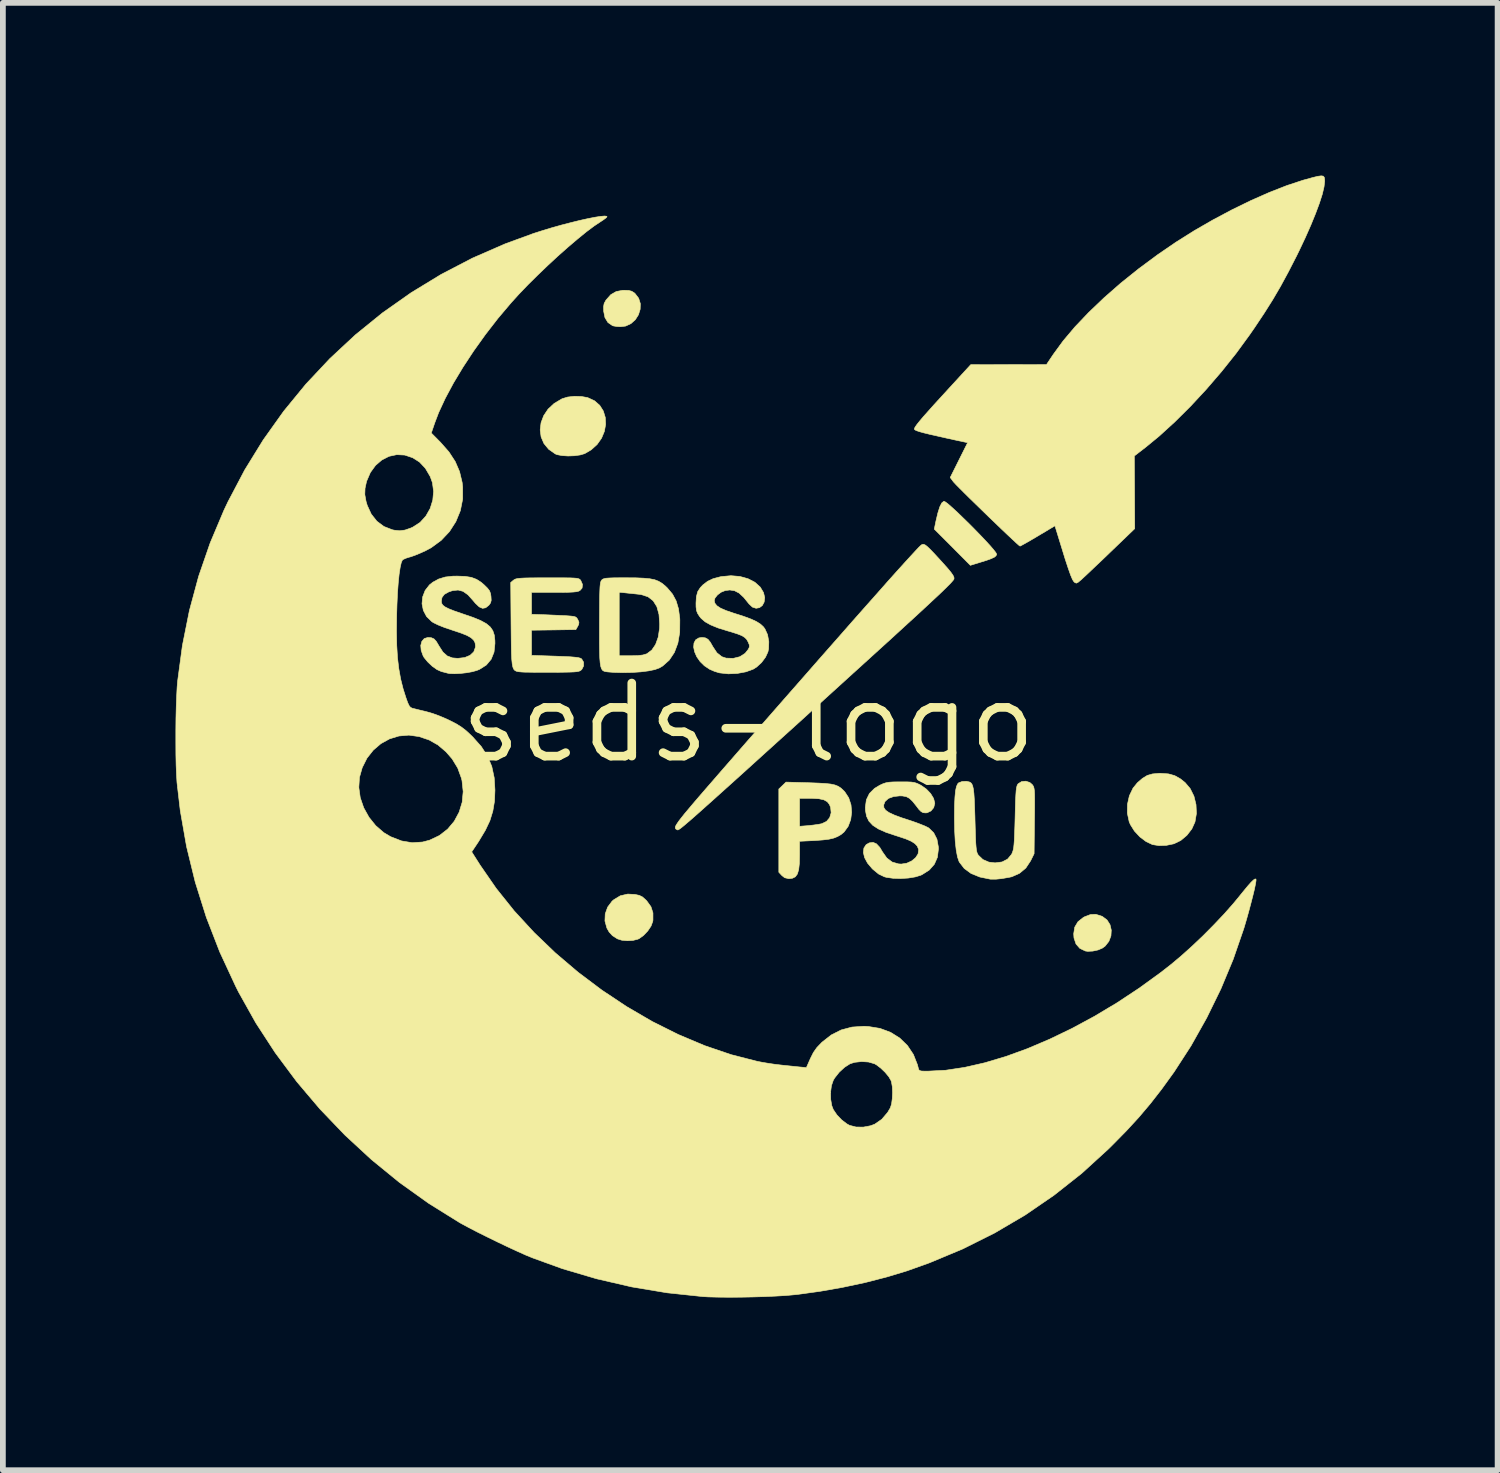
<source format=kicad_pcb>
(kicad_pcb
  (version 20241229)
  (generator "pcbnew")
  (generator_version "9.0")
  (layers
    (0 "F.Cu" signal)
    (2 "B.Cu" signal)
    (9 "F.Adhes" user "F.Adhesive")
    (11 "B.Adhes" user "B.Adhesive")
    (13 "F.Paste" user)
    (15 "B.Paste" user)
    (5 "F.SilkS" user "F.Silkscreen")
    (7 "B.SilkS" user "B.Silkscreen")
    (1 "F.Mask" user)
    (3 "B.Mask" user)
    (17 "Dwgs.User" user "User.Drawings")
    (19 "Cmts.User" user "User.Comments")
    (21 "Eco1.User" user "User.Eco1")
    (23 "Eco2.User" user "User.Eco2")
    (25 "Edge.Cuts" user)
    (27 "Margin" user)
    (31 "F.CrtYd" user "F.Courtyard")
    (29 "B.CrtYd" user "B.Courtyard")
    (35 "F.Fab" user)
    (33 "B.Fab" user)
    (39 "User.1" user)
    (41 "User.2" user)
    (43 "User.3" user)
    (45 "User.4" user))
  (footprint "seds-logo"
    (layer "F.Cu")
    (at 9.952 9.507)
    (property "Reference" "seds-logo" (at 0 0 0) (layer "F.SilkS") (effects (font (size 1.27 1.27) (thickness 0.15))))
    (attr through_hole)
    (fp_poly (pts (xy 6.135 3.359) (xy 6.151 3.366) (xy 6.231 3.426) (xy 6.283 3.508) (xy 6.305 3.603) (xy 6.299 3.703) (xy 6.263 3.798) (xy 6.199 3.879) (xy 6.152 3.914) (xy 6.076 3.947) (xy 5.983 3.967) (xy 5.895 3.971) (xy 5.853 3.965) (xy 5.758 3.919) (xy 5.692 3.843) (xy 5.657 3.739) (xy 5.652 3.666) (xy 5.67 3.551) (xy 5.726 3.457) (xy 5.819 3.383) (xy 5.841 3.371) (xy 5.943 3.332) (xy 6.036 3.328) (xy 6.135 3.359)) (stroke (width 0.01) (type solid)) (fill yes) (layer "F.SilkS"))
    (fp_poly (pts (xy -2.079 -7.511) (xy -2.027 -7.497) (xy -1.982 -7.469) (xy -1.968 -7.456) (xy -1.906 -7.375) (xy -1.877 -7.282) (xy -1.88 -7.184) (xy -1.91 -7.088) (xy -1.964 -7.003) (xy -2.04 -6.935) (xy -2.132 -6.892) (xy -2.22 -6.881) (xy -2.289 -6.885) (xy -2.347 -6.895) (xy -2.36 -6.899) (xy -2.44 -6.954) (xy -2.492 -7.04) (xy -2.514 -7.149) (xy -2.516 -7.228) (xy -2.506 -7.284) (xy -2.479 -7.335) (xy -2.473 -7.344) (xy -2.391 -7.437) (xy -2.296 -7.492) (xy -2.181 -7.514) (xy -2.156 -7.514) (xy -2.079 -7.511)) (stroke (width 0.01) (type solid)) (fill yes) (layer "F.SilkS"))
    (fp_poly (pts (xy 3.425 -3.835) (xy 3.476 -3.796) (xy 3.546 -3.734) (xy 3.631 -3.656) (xy 3.726 -3.564) (xy 3.828 -3.465) (xy 3.93 -3.362) (xy 4.029 -3.26) (xy 4.12 -3.164) (xy 4.199 -3.078) (xy 4.26 -3.007) (xy 4.3 -2.955) (xy 4.314 -2.927) (xy 4.314 -2.926) (xy 4.302 -2.901) (xy 4.274 -2.877) (xy 4.222 -2.853) (xy 4.142 -2.823) (xy 4.029 -2.788) (xy 3.857 -2.735) (xy 3.544 -3.05) (xy 3.23 -3.364) (xy 3.257 -3.497) (xy 3.292 -3.645) (xy 3.326 -3.752) (xy 3.36 -3.819) (xy 3.395 -3.847) (xy 3.398 -3.848) (xy 3.425 -3.835)) (stroke (width 0.01) (type solid)) (fill yes) (layer "F.SilkS"))
    (fp_poly (pts (xy -1.968 2.983) (xy -1.895 2.999) (xy -1.84 3.026) (xy -1.784 3.076) (xy -1.766 3.094) (xy -1.693 3.195) (xy -1.658 3.303) (xy -1.658 3.429) (xy -1.662 3.453) (xy -1.691 3.532) (xy -1.748 3.617) (xy -1.821 3.694) (xy -1.898 3.75) (xy -1.92 3.76) (xy -2.003 3.781) (xy -2.102 3.787) (xy -2.199 3.778) (xy -2.275 3.754) (xy -2.275 3.754) (xy -2.361 3.699) (xy -2.419 3.636) (xy -2.458 3.567) (xy -2.492 3.444) (xy -2.487 3.32) (xy -2.445 3.203) (xy -2.368 3.1) (xy -2.339 3.075) (xy -2.225 3.006) (xy -2.096 2.976) (xy -1.968 2.983)) (stroke (width 0.01) (type solid)) (fill yes) (layer "F.SilkS"))
    (fp_poly (pts (xy -2.899 -5.668) (xy -2.792 -5.649) (xy -2.673 -5.594) (xy -2.582 -5.514) (xy -2.52 -5.416) (xy -2.486 -5.304) (xy -2.48 -5.184) (xy -2.502 -5.062) (xy -2.551 -4.944) (xy -2.628 -4.835) (xy -2.731 -4.742) (xy -2.844 -4.676) (xy -2.922 -4.653) (xy -3.023 -4.639) (xy -3.133 -4.635) (xy -3.238 -4.642) (xy -3.323 -4.658) (xy -3.355 -4.671) (xy -3.47 -4.752) (xy -3.552 -4.852) (xy -3.601 -4.966) (xy -3.617 -5.088) (xy -3.602 -5.213) (xy -3.556 -5.335) (xy -3.48 -5.449) (xy -3.374 -5.548) (xy -3.239 -5.628) (xy -3.235 -5.63) (xy -3.139 -5.659) (xy -3.021 -5.672) (xy -2.899 -5.668)) (stroke (width 0.01) (type solid)) (fill yes) (layer "F.SilkS"))
    (fp_poly (pts (xy 7.297 0.888) (xy 7.406 0.918) (xy 7.507 0.975) (xy 7.587 1.039) (xy 7.676 1.144) (xy 7.741 1.275) (xy 7.777 1.422) (xy 7.784 1.576) (xy 7.759 1.724) (xy 7.704 1.845) (xy 7.618 1.956) (xy 7.512 2.045) (xy 7.394 2.102) (xy 7.386 2.104) (xy 7.26 2.13) (xy 7.133 2.134) (xy 7.024 2.117) (xy 7.022 2.117) (xy 6.911 2.065) (xy 6.802 1.983) (xy 6.707 1.881) (xy 6.637 1.769) (xy 6.616 1.72) (xy 6.584 1.57) (xy 6.586 1.417) (xy 6.619 1.269) (xy 6.682 1.137) (xy 6.757 1.044) (xy 6.848 0.965) (xy 6.93 0.915) (xy 7.02 0.889) (xy 7.131 0.879) (xy 7.165 0.879) (xy 7.297 0.888)) (stroke (width 0.01) (type solid)) (fill yes) (layer "F.SilkS"))
    (fp_poly (pts (xy 1.052 1.042) (xy 1.212 1.048) (xy 1.337 1.055) (xy 1.432 1.065) (xy 1.504 1.081) (xy 1.561 1.104) (xy 1.608 1.135) (xy 1.652 1.176) (xy 1.675 1.2) (xy 1.743 1.304) (xy 1.783 1.426) (xy 1.794 1.555) (xy 1.778 1.682) (xy 1.734 1.799) (xy 1.664 1.896) (xy 1.611 1.941) (xy 1.549 1.977) (xy 1.481 2.004) (xy 1.399 2.023) (xy 1.293 2.036) (xy 1.155 2.046) (xy 1.138 2.047) (xy 0.889 2.059) (xy 0.889 2.298) (xy 0.886 2.444) (xy 0.874 2.552) (xy 0.851 2.628) (xy 0.816 2.676) (xy 0.766 2.701) (xy 0.703 2.709) (xy 0.63 2.692) (xy 0.581 2.653) (xy 0.529 2.597) (xy 0.529 1.312) (xy 0.889 1.312) (xy 0.889 1.799) (xy 1.042 1.787) (xy 1.132 1.777) (xy 1.216 1.765) (xy 1.274 1.754) (xy 1.358 1.714) (xy 1.413 1.648) (xy 1.438 1.564) (xy 1.429 1.471) (xy 1.408 1.419) (xy 1.371 1.372) (xy 1.312 1.339) (xy 1.226 1.32) (xy 1.107 1.313) (xy 1.066 1.312) (xy 0.889 1.312) (xy 0.529 1.312) (xy 0.529 1.151) (xy 0.592 1.091) (xy 0.654 1.031) (xy 1.052 1.042)) (stroke (width 0.01) (type solid)) (fill yes) (layer "F.SilkS"))
    (fp_poly (pts (xy -1.956 -2.518) (xy -1.82 -2.512) (xy -1.713 -2.502) (xy -1.628 -2.485) (xy -1.559 -2.458) (xy -1.499 -2.422) (xy -1.441 -2.374) (xy -1.408 -2.342) (xy -1.318 -2.235) (xy -1.255 -2.117) (xy -1.214 -1.979) (xy -1.192 -1.812) (xy -1.191 -1.784) (xy -1.193 -1.571) (xy -1.225 -1.383) (xy -1.286 -1.221) (xy -1.375 -1.088) (xy -1.49 -0.986) (xy -1.548 -0.952) (xy -1.625 -0.924) (xy -1.737 -0.901) (xy -1.872 -0.884) (xy -2.023 -0.874) (xy -2.181 -0.871) (xy -2.336 -0.875) (xy -2.44 -0.883) (xy -2.478 -0.888) (xy -2.508 -0.896) (xy -2.533 -0.911) (xy -2.551 -0.938) (xy -2.565 -0.98) (xy -2.575 -1.041) (xy -2.582 -1.126) (xy -2.583 -1.164) (xy -2.244 -1.164) (xy -2.04 -1.164) (xy -1.919 -1.167) (xy -1.831 -1.178) (xy -1.768 -1.197) (xy -1.763 -1.199) (xy -1.678 -1.263) (xy -1.612 -1.36) (xy -1.566 -1.488) (xy -1.543 -1.642) (xy -1.541 -1.714) (xy -1.553 -1.882) (xy -1.59 -2.017) (xy -1.654 -2.119) (xy -1.744 -2.189) (xy -1.862 -2.227) (xy -1.899 -2.232) (xy -1.991 -2.242) (xy -2.091 -2.252) (xy -2.127 -2.256) (xy -2.244 -2.268) (xy -2.244 -1.164) (xy -2.583 -1.164) (xy -2.585 -1.238) (xy -2.587 -1.381) (xy -2.587 -1.56) (xy -2.587 -1.717) (xy -2.586 -1.913) (xy -2.585 -2.07) (xy -2.584 -2.194) (xy -2.581 -2.289) (xy -2.578 -2.359) (xy -2.573 -2.408) (xy -2.567 -2.442) (xy -2.559 -2.463) (xy -2.549 -2.478) (xy -2.549 -2.479) (xy -2.533 -2.493) (xy -2.51 -2.503) (xy -2.474 -2.511) (xy -2.419 -2.515) (xy -2.338 -2.518) (xy -2.226 -2.519) (xy -2.128 -2.519) (xy -1.956 -2.518)) (stroke (width 0.01) (type solid)) (fill yes) (layer "F.SilkS"))
    (fp_poly (pts (xy 4.89 1.038) (xy 4.932 1.074) (xy 4.945 1.092) (xy 4.956 1.113) (xy 4.963 1.14) (xy 4.969 1.181) (xy 4.972 1.238) (xy 4.973 1.319) (xy 4.973 1.427) (xy 4.972 1.569) (xy 4.97 1.703) (xy 4.964 2.275) (xy 4.903 2.399) (xy 4.82 2.524) (xy 4.71 2.616) (xy 4.577 2.675) (xy 4.531 2.685) (xy 4.399 2.708) (xy 4.299 2.718) (xy 4.221 2.718) (xy 4.202 2.717) (xy 4.021 2.68) (xy 3.87 2.619) (xy 3.752 2.533) (xy 3.667 2.423) (xy 3.66 2.41) (xy 3.633 2.331) (xy 3.611 2.214) (xy 3.594 2.062) (xy 3.584 1.879) (xy 3.58 1.669) (xy 3.58 1.609) (xy 3.582 1.429) (xy 3.589 1.289) (xy 3.599 1.183) (xy 3.615 1.108) (xy 3.636 1.062) (xy 3.651 1.045) (xy 3.712 1.021) (xy 3.788 1.017) (xy 3.841 1.029) (xy 3.864 1.042) (xy 3.882 1.063) (xy 3.897 1.098) (xy 3.909 1.151) (xy 3.918 1.226) (xy 3.925 1.328) (xy 3.93 1.463) (xy 3.936 1.633) (xy 3.937 1.685) (xy 3.942 1.853) (xy 3.946 1.985) (xy 3.95 2.085) (xy 3.956 2.158) (xy 3.962 2.211) (xy 3.97 2.248) (xy 3.98 2.275) (xy 3.993 2.297) (xy 3.997 2.302) (xy 4.074 2.376) (xy 4.178 2.421) (xy 4.286 2.434) (xy 4.408 2.418) (xy 4.503 2.369) (xy 4.571 2.288) (xy 4.576 2.279) (xy 4.589 2.249) (xy 4.6 2.215) (xy 4.609 2.172) (xy 4.615 2.114) (xy 4.621 2.035) (xy 4.625 1.93) (xy 4.63 1.793) (xy 4.634 1.648) (xy 4.638 1.48) (xy 4.642 1.35) (xy 4.647 1.251) (xy 4.652 1.18) (xy 4.659 1.129) (xy 4.667 1.096) (xy 4.677 1.074) (xy 4.687 1.06) (xy 4.747 1.022) (xy 4.82 1.015) (xy 4.89 1.038)) (stroke (width 0.01) (type solid)) (fill yes) (layer "F.SilkS"))
    (fp_poly (pts (xy 3.05 -3.099) (xy 3.077 -3.086) (xy 3.113 -3.057) (xy 3.163 -3.009) (xy 3.231 -2.938) (xy 3.32 -2.841) (xy 3.38 -2.775) (xy 3.463 -2.682) (xy 3.519 -2.614) (xy 3.554 -2.564) (xy 3.571 -2.528) (xy 3.573 -2.5) (xy 3.565 -2.485) (xy 3.544 -2.459) (xy 3.508 -2.419) (xy 3.455 -2.366) (xy 3.384 -2.296) (xy 3.294 -2.21) (xy 3.182 -2.106) (xy 3.049 -1.982) (xy 2.892 -1.837) (xy 2.71 -1.671) (xy 2.502 -1.48) (xy 2.265 -1.265) (xy 2 -1.024) (xy 1.82 -0.861) (xy 1.458 -0.532) (xy 1.125 -0.23) (xy 0.821 0.046) (xy 0.544 0.296) (xy 0.293 0.523) (xy 0.068 0.727) (xy -0.134 0.91) (xy -0.314 1.072) (xy -0.473 1.215) (xy -0.613 1.341) (xy -0.734 1.449) (xy -0.838 1.542) (xy -0.926 1.62) (xy -1 1.685) (xy -1.061 1.737) (xy -1.11 1.779) (xy -1.149 1.811) (xy -1.178 1.834) (xy -1.2 1.849) (xy -1.215 1.858) (xy -1.224 1.862) (xy -1.227 1.863) (xy -1.254 1.85) (xy -1.256 1.849) (xy -1.264 1.84) (xy -1.269 1.83) (xy -1.27 1.817) (xy -1.266 1.8) (xy -1.254 1.776) (xy -1.234 1.745) (xy -1.205 1.703) (xy -1.163 1.649) (xy -1.109 1.581) (xy -1.04 1.499) (xy -0.956 1.399) (xy -0.854 1.28) (xy -0.733 1.14) (xy -0.592 0.978) (xy -0.43 0.791) (xy -0.244 0.578) (xy -0.034 0.337) (xy 0.203 0.067) (xy 0.252 0.011) (xy 0.617 -0.406) (xy 0.955 -0.791) (xy 1.265 -1.145) (xy 1.549 -1.467) (xy 1.806 -1.76) (xy 2.038 -2.022) (xy 2.244 -2.254) (xy 2.424 -2.458) (xy 2.58 -2.632) (xy 2.712 -2.778) (xy 2.819 -2.895) (xy 2.902 -2.985) (xy 2.961 -3.048) (xy 2.998 -3.083) (xy 3.009 -3.092) (xy 3.029 -3.1) (xy 3.05 -3.099)) (stroke (width 0.01) (type solid)) (fill yes) (layer "F.SilkS"))
    (fp_poly (pts (xy -3.194 -2.518) (xy -3.098 -2.517) (xy -3.029 -2.514) (xy -2.981 -2.51) (xy -2.951 -2.503) (xy -2.932 -2.494) (xy -2.919 -2.482) (xy -2.912 -2.472) (xy -2.882 -2.403) (xy -2.889 -2.34) (xy -2.926 -2.298) (xy -2.95 -2.286) (xy -2.987 -2.277) (xy -3.044 -2.271) (xy -3.126 -2.267) (xy -3.238 -2.265) (xy -3.37 -2.265) (xy -3.768 -2.265) (xy -3.768 -1.884) (xy -3.667 -1.881) (xy -3.607 -1.879) (xy -3.517 -1.876) (xy -3.408 -1.871) (xy -3.293 -1.866) (xy -3.282 -1.865) (xy -3.167 -1.86) (xy -3.087 -1.854) (xy -3.035 -1.848) (xy -3.003 -1.838) (xy -2.983 -1.823) (xy -2.969 -1.802) (xy -2.964 -1.794) (xy -2.944 -1.748) (xy -2.948 -1.71) (xy -2.964 -1.677) (xy -2.997 -1.619) (xy -3.382 -1.613) (xy -3.768 -1.608) (xy -3.768 -1.171) (xy -3.351 -1.157) (xy -3.203 -1.151) (xy -3.092 -1.146) (xy -3.011 -1.139) (xy -2.956 -1.132) (xy -2.92 -1.122) (xy -2.898 -1.11) (xy -2.896 -1.108) (xy -2.863 -1.053) (xy -2.863 -0.987) (xy -2.893 -0.928) (xy -2.902 -0.919) (xy -2.92 -0.905) (xy -2.944 -0.895) (xy -2.979 -0.888) (xy -3.032 -0.883) (xy -3.109 -0.88) (xy -3.214 -0.878) (xy -3.355 -0.876) (xy -3.405 -0.876) (xy -3.546 -0.876) (xy -3.678 -0.876) (xy -3.792 -0.878) (xy -3.883 -0.879) (xy -3.941 -0.882) (xy -3.951 -0.883) (xy -3.993 -0.887) (xy -4.027 -0.894) (xy -4.055 -0.907) (xy -4.076 -0.93) (xy -4.092 -0.968) (xy -4.103 -1.024) (xy -4.111 -1.102) (xy -4.116 -1.207) (xy -4.119 -1.342) (xy -4.121 -1.512) (xy -4.123 -1.707) (xy -4.129 -2.437) (xy -4.081 -2.477) (xy -4.063 -2.489) (xy -4.04 -2.499) (xy -4.007 -2.506) (xy -3.959 -2.511) (xy -3.889 -2.515) (xy -3.793 -2.517) (xy -3.665 -2.518) (xy -3.501 -2.518) (xy -3.488 -2.518) (xy -3.323 -2.518) (xy -3.194 -2.518)) (stroke (width 0.01) (type solid)) (fill yes) (layer "F.SilkS"))
    (fp_poly (pts (xy -0.148 -2.542) (xy -0.007 -2.503) (xy 0.113 -2.441) (xy 0.206 -2.357) (xy 0.263 -2.262) (xy 0.284 -2.174) (xy 0.274 -2.097) (xy 0.242 -2.037) (xy 0.193 -2) (xy 0.134 -1.989) (xy 0.071 -2.009) (xy 0.01 -2.066) (xy 0.008 -2.069) (xy -0.081 -2.179) (xy -0.161 -2.253) (xy -0.24 -2.294) (xy -0.323 -2.307) (xy -0.402 -2.297) (xy -0.474 -2.268) (xy -0.537 -2.221) (xy -0.58 -2.167) (xy -0.593 -2.124) (xy -0.582 -2.077) (xy -0.548 -2.034) (xy -0.485 -1.992) (xy -0.39 -1.95) (xy -0.258 -1.905) (xy -0.229 -1.896) (xy -0.071 -1.845) (xy 0.05 -1.8) (xy 0.142 -1.757) (xy 0.211 -1.713) (xy 0.261 -1.667) (xy 0.287 -1.632) (xy 0.333 -1.531) (xy 0.355 -1.409) (xy 0.351 -1.285) (xy 0.34 -1.232) (xy 0.298 -1.14) (xy 0.229 -1.047) (xy 0.144 -0.969) (xy 0.086 -0.932) (xy -0.042 -0.885) (xy -0.193 -0.857) (xy -0.349 -0.85) (xy -0.496 -0.866) (xy -0.514 -0.87) (xy -0.588 -0.893) (xy -0.664 -0.925) (xy -0.672 -0.929) (xy -0.764 -0.99) (xy -0.839 -1.064) (xy -0.897 -1.147) (xy -0.934 -1.232) (xy -0.951 -1.313) (xy -0.945 -1.385) (xy -0.916 -1.44) (xy -0.861 -1.474) (xy -0.806 -1.482) (xy -0.748 -1.475) (xy -0.702 -1.45) (xy -0.661 -1.399) (xy -0.618 -1.323) (xy -0.547 -1.216) (xy -0.462 -1.148) (xy -0.387 -1.123) (xy -0.262 -1.119) (xy -0.15 -1.147) (xy -0.057 -1.206) (xy -0.001 -1.276) (xy 0.018 -1.317) (xy 0.016 -1.355) (xy -0.005 -1.405) (xy -0.03 -1.449) (xy -0.064 -1.483) (xy -0.114 -1.514) (xy -0.188 -1.543) (xy -0.291 -1.576) (xy -0.36 -1.596) (xy -0.525 -1.647) (xy -0.653 -1.699) (xy -0.75 -1.753) (xy -0.821 -1.814) (xy -0.848 -1.847) (xy -0.882 -1.9) (xy -0.901 -1.949) (xy -0.909 -2.012) (xy -0.91 -2.079) (xy -0.903 -2.192) (xy -0.88 -2.278) (xy -0.834 -2.349) (xy -0.79 -2.395) (xy -0.708 -2.458) (xy -0.613 -2.503) (xy -0.492 -2.535) (xy -0.466 -2.54) (xy -0.303 -2.555) (xy -0.148 -2.542)) (stroke (width 0.01) (type solid)) (fill yes) (layer "F.SilkS"))
    (fp_poly (pts (xy -4.921 -2.543) (xy -4.813 -2.526) (xy -4.723 -2.492) (xy -4.642 -2.44) (xy -4.592 -2.397) (xy -4.532 -2.338) (xy -4.497 -2.292) (xy -4.479 -2.243) (xy -4.472 -2.195) (xy -4.468 -2.127) (xy -4.479 -2.083) (xy -4.508 -2.043) (xy -4.509 -2.042) (xy -4.564 -1.998) (xy -4.618 -1.988) (xy -4.676 -2.013) (xy -4.742 -2.075) (xy -4.784 -2.125) (xy -4.872 -2.223) (xy -4.956 -2.283) (xy -5.043 -2.306) (xy -5.139 -2.296) (xy -5.207 -2.273) (xy -5.284 -2.23) (xy -5.324 -2.175) (xy -5.334 -2.111) (xy -5.329 -2.075) (xy -5.309 -2.043) (xy -5.27 -2.013) (xy -5.207 -1.981) (xy -5.114 -1.944) (xy -4.987 -1.9) (xy -4.946 -1.886) (xy -4.78 -1.829) (xy -4.65 -1.775) (xy -4.553 -1.722) (xy -4.485 -1.665) (xy -4.44 -1.6) (xy -4.414 -1.522) (xy -4.404 -1.428) (xy -4.403 -1.377) (xy -4.419 -1.227) (xy -4.469 -1.103) (xy -4.553 -1.003) (xy -4.671 -0.928) (xy -4.718 -0.909) (xy -4.796 -0.887) (xy -4.896 -0.869) (xy -5.003 -0.857) (xy -5.105 -0.852) (xy -5.187 -0.855) (xy -5.218 -0.86) (xy -5.267 -0.873) (xy -5.33 -0.889) (xy -5.336 -0.891) (xy -5.41 -0.924) (xy -5.493 -0.983) (xy -5.571 -1.057) (xy -5.634 -1.134) (xy -5.652 -1.166) (xy -5.685 -1.258) (xy -5.692 -1.343) (xy -5.673 -1.414) (xy -5.631 -1.463) (xy -5.569 -1.482) (xy -5.567 -1.482) (xy -5.507 -1.477) (xy -5.462 -1.457) (xy -5.423 -1.415) (xy -5.38 -1.343) (xy -5.373 -1.331) (xy -5.306 -1.227) (xy -5.232 -1.161) (xy -5.143 -1.127) (xy -5.048 -1.119) (xy -4.928 -1.133) (xy -4.835 -1.172) (xy -4.771 -1.232) (xy -4.743 -1.31) (xy -4.741 -1.333) (xy -4.748 -1.389) (xy -4.773 -1.436) (xy -4.819 -1.478) (xy -4.892 -1.519) (xy -4.997 -1.56) (xy -5.134 -1.606) (xy -5.274 -1.653) (xy -5.39 -1.699) (xy -5.475 -1.741) (xy -5.501 -1.758) (xy -5.591 -1.846) (xy -5.647 -1.952) (xy -5.67 -2.068) (xy -5.659 -2.186) (xy -5.616 -2.298) (xy -5.541 -2.395) (xy -5.482 -2.442) (xy -5.379 -2.498) (xy -5.267 -2.532) (xy -5.133 -2.547) (xy -5.059 -2.548) (xy -4.921 -2.543)) (stroke (width 0.01) (type solid)) (fill yes) (layer "F.SilkS"))
    (fp_poly (pts (xy 2.753 1.027) (xy 2.828 1.03) (xy 2.884 1.038) (xy 2.93 1.053) (xy 2.977 1.075) (xy 3.004 1.09) (xy 3.093 1.153) (xy 3.167 1.231) (xy 3.218 1.315) (xy 3.238 1.393) (xy 3.239 1.398) (xy 3.22 1.474) (xy 3.172 1.532) (xy 3.105 1.564) (xy 3.079 1.566) (xy 3.036 1.562) (xy 3.001 1.543) (xy 2.961 1.503) (xy 2.922 1.451) (xy 2.855 1.367) (xy 2.799 1.313) (xy 2.742 1.283) (xy 2.675 1.271) (xy 2.629 1.27) (xy 2.521 1.282) (xy 2.434 1.314) (xy 2.377 1.365) (xy 2.371 1.375) (xy 2.351 1.428) (xy 2.354 1.475) (xy 2.384 1.519) (xy 2.444 1.561) (xy 2.537 1.604) (xy 2.667 1.652) (xy 2.754 1.68) (xy 2.868 1.718) (xy 2.974 1.757) (xy 3.062 1.792) (xy 3.122 1.821) (xy 3.136 1.83) (xy 3.22 1.912) (xy 3.276 2.022) (xy 3.3 2.154) (xy 3.302 2.192) (xy 3.284 2.337) (xy 3.231 2.458) (xy 3.143 2.558) (xy 3.018 2.638) (xy 2.995 2.649) (xy 2.9 2.678) (xy 2.779 2.698) (xy 2.645 2.706) (xy 2.514 2.702) (xy 2.4 2.686) (xy 2.363 2.676) (xy 2.263 2.628) (xy 2.161 2.544) (xy 2.15 2.533) (xy 2.07 2.438) (xy 2.019 2.343) (xy 1.998 2.254) (xy 2.007 2.177) (xy 2.046 2.118) (xy 2.1 2.087) (xy 2.166 2.078) (xy 2.225 2.103) (xy 2.283 2.165) (xy 2.329 2.242) (xy 2.405 2.35) (xy 2.498 2.42) (xy 2.609 2.452) (xy 2.658 2.455) (xy 2.752 2.44) (xy 2.837 2.401) (xy 2.905 2.345) (xy 2.948 2.279) (xy 2.958 2.209) (xy 2.955 2.194) (xy 2.934 2.143) (xy 2.894 2.1) (xy 2.831 2.059) (xy 2.738 2.019) (xy 2.61 1.976) (xy 2.566 1.962) (xy 2.394 1.905) (xy 2.261 1.846) (xy 2.162 1.782) (xy 2.094 1.709) (xy 2.053 1.624) (xy 2.034 1.523) (xy 2.032 1.47) (xy 2.05 1.338) (xy 2.103 1.229) (xy 2.193 1.139) (xy 2.282 1.086) (xy 2.338 1.06) (xy 2.389 1.043) (xy 2.444 1.033) (xy 2.516 1.028) (xy 2.616 1.027) (xy 2.646 1.027) (xy 2.753 1.027)) (stroke (width 0.01) (type solid)) (fill yes) (layer "F.SilkS"))
    (fp_poly (pts (xy 9.987 -9.497) (xy 10.005 -9.477) (xy 10.011 -9.442) (xy 10.012 -9.405) (xy 10.001 -9.31) (xy 9.971 -9.183) (xy 9.921 -9.027) (xy 9.854 -8.847) (xy 9.772 -8.646) (xy 9.675 -8.427) (xy 9.566 -8.196) (xy 9.522 -8.107) (xy 9.382 -7.834) (xy 9.247 -7.585) (xy 9.109 -7.349) (xy 8.96 -7.113) (xy 8.794 -6.864) (xy 8.706 -6.737) (xy 8.473 -6.418) (xy 8.22 -6.101) (xy 7.954 -5.792) (xy 7.681 -5.498) (xy 7.406 -5.225) (xy 7.136 -4.979) (xy 6.897 -4.783) (xy 6.705 -4.635) (xy 6.709 -4.003) (xy 6.712 -3.372) (xy 6.282 -2.959) (xy 6.167 -2.848) (xy 6.057 -2.744) (xy 5.958 -2.65) (xy 5.876 -2.572) (xy 5.813 -2.514) (xy 5.777 -2.48) (xy 5.776 -2.48) (xy 5.728 -2.44) (xy 5.699 -2.426) (xy 5.675 -2.434) (xy 5.656 -2.45) (xy 5.632 -2.487) (xy 5.599 -2.564) (xy 5.557 -2.683) (xy 5.504 -2.843) (xy 5.47 -2.954) (xy 5.326 -3.422) (xy 5.03 -3.245) (xy 4.93 -3.186) (xy 4.842 -3.135) (xy 4.774 -3.097) (xy 4.731 -3.074) (xy 4.72 -3.069) (xy 4.7 -3.083) (xy 4.655 -3.123) (xy 4.588 -3.185) (xy 4.503 -3.265) (xy 4.404 -3.359) (xy 4.296 -3.463) (xy 4.181 -3.573) (xy 4.066 -3.685) (xy 3.953 -3.795) (xy 3.846 -3.899) (xy 3.75 -3.994) (xy 3.669 -4.075) (xy 3.607 -4.138) (xy 3.568 -4.18) (xy 3.558 -4.192) (xy 3.507 -4.261) (xy 3.658 -4.564) (xy 3.809 -4.866) (xy 3.645 -4.901) (xy 3.444 -4.945) (xy 3.281 -4.982) (xy 3.152 -5.011) (xy 3.054 -5.035) (xy 2.981 -5.055) (xy 2.932 -5.071) (xy 2.902 -5.084) (xy 2.887 -5.095) (xy 2.884 -5.101) (xy 2.887 -5.118) (xy 2.902 -5.145) (xy 2.931 -5.186) (xy 2.976 -5.242) (xy 3.039 -5.317) (xy 3.124 -5.412) (xy 3.23 -5.531) (xy 3.362 -5.675) (xy 3.503 -5.829) (xy 3.863 -6.221) (xy 4.521 -6.222) (xy 5.179 -6.223) (xy 5.299 -6.402) (xy 5.469 -6.635) (xy 5.675 -6.879) (xy 5.914 -7.13) (xy 6.18 -7.384) (xy 6.471 -7.639) (xy 6.783 -7.889) (xy 7.111 -8.132) (xy 7.428 -8.349) (xy 7.744 -8.548) (xy 8.072 -8.737) (xy 8.403 -8.913) (xy 8.733 -9.074) (xy 9.053 -9.215) (xy 9.357 -9.334) (xy 9.639 -9.427) (xy 9.684 -9.439) (xy 9.806 -9.473) (xy 9.893 -9.494) (xy 9.952 -9.502) (xy 9.987 -9.497)) (stroke (width 0.01) (type solid)) (fill yes) (layer "F.SilkS"))
    (fp_poly (pts (xy -2.46 -8.799) (xy -2.456 -8.792) (xy -2.473 -8.772) (xy -2.517 -8.739) (xy -2.567 -8.706) (xy -2.68 -8.631) (xy -2.816 -8.529) (xy -2.969 -8.404) (xy -3.136 -8.262) (xy -3.311 -8.107) (xy -3.488 -7.943) (xy -3.663 -7.775) (xy -3.831 -7.609) (xy -3.986 -7.447) (xy -4.122 -7.297) (xy -4.351 -7.026) (xy -4.568 -6.746) (xy -4.772 -6.461) (xy -4.958 -6.178) (xy -5.124 -5.902) (xy -5.266 -5.637) (xy -5.381 -5.389) (xy -5.449 -5.21) (xy -5.509 -5.034) (xy -5.349 -4.872) (xy -5.202 -4.705) (xy -5.093 -4.538) (xy -5.018 -4.364) (xy -4.973 -4.176) (xy -4.964 -4.096) (xy -4.964 -3.886) (xy -5.004 -3.685) (xy -5.082 -3.495) (xy -5.193 -3.322) (xy -5.336 -3.17) (xy -5.509 -3.043) (xy -5.609 -2.989) (xy -5.702 -2.947) (xy -5.794 -2.909) (xy -5.869 -2.883) (xy -5.889 -2.878) (xy -5.952 -2.858) (xy -5.999 -2.836) (xy -6.011 -2.826) (xy -6.031 -2.781) (xy -6.05 -2.697) (xy -6.068 -2.578) (xy -6.083 -2.43) (xy -6.096 -2.255) (xy -6.105 -2.059) (xy -6.111 -1.859) (xy -6.114 -1.583) (xy -6.109 -1.342) (xy -6.096 -1.129) (xy -6.073 -0.937) (xy -6.041 -0.759) (xy -5.998 -0.588) (xy -5.949 -0.434) (xy -5.919 -0.35) (xy -5.894 -0.297) (xy -5.87 -0.268) (xy -5.841 -0.253) (xy -5.829 -0.25) (xy -5.78 -0.238) (xy -5.704 -0.219) (xy -5.615 -0.198) (xy -5.588 -0.191) (xy -5.484 -0.161) (xy -5.362 -0.116) (xy -5.238 -0.063) (xy -5.186 -0.038) (xy -5.073 0.02) (xy -4.985 0.075) (xy -4.906 0.136) (xy -4.821 0.215) (xy -4.791 0.244) (xy -4.642 0.411) (xy -4.532 0.581) (xy -4.458 0.759) (xy -4.416 0.955) (xy -4.403 1.17) (xy -4.411 1.363) (xy -4.44 1.536) (xy -4.491 1.701) (xy -4.57 1.868) (xy -4.678 2.048) (xy -4.691 2.069) (xy -4.807 2.243) (xy -4.659 2.476) (xy -4.381 2.878) (xy -4.069 3.268) (xy -3.725 3.642) (xy -3.354 3.998) (xy -2.959 4.334) (xy -2.544 4.646) (xy -2.112 4.933) (xy -1.669 5.191) (xy -1.216 5.417) (xy -0.758 5.61) (xy -0.3 5.766) (xy 0.148 5.881) (xy 0.245 5.9) (xy 0.347 5.917) (xy 0.462 5.934) (xy 0.599 5.95) (xy 0.764 5.967) (xy 0.88 5.979) (xy 1.008 5.991) (xy 1.078 5.832) (xy 1.13 5.728) (xy 1.19 5.643) (xy 1.271 5.558) (xy 1.279 5.55) (xy 1.44 5.424) (xy 1.612 5.337) (xy 1.8 5.287) (xy 2.008 5.273) (xy 2.084 5.277) (xy 2.287 5.31) (xy 2.47 5.378) (xy 2.63 5.478) (xy 2.763 5.607) (xy 2.867 5.763) (xy 2.938 5.943) (xy 2.951 5.995) (xy 2.96 6.026) (xy 2.976 6.043) (xy 3.009 6.051) (xy 3.069 6.053) (xy 3.117 6.053) (xy 3.427 6.037) (xy 3.758 5.987) (xy 4.108 5.907) (xy 4.473 5.798) (xy 4.85 5.661) (xy 5.235 5.497) (xy 5.625 5.309) (xy 6.016 5.098) (xy 6.405 4.865) (xy 6.788 4.612) (xy 7.163 4.34) (xy 7.346 4.197) (xy 7.52 4.051) (xy 7.708 3.882) (xy 7.902 3.698) (xy 8.091 3.507) (xy 8.269 3.319) (xy 8.426 3.141) (xy 8.503 3.048) (xy 8.602 2.926) (xy 8.678 2.834) (xy 8.735 2.77) (xy 8.776 2.731) (xy 8.802 2.714) (xy 8.818 2.715) (xy 8.819 2.716) (xy 8.82 2.742) (xy 8.81 2.803) (xy 8.792 2.892) (xy 8.765 3.003) (xy 8.732 3.132) (xy 8.695 3.271) (xy 8.655 3.414) (xy 8.613 3.557) (xy 8.6 3.597) (xy 8.423 4.11) (xy 8.209 4.624) (xy 7.963 5.127) (xy 7.69 5.613) (xy 7.394 6.07) (xy 7.375 6.096) (xy 7.179 6.367) (xy 6.985 6.616) (xy 6.784 6.854) (xy 6.567 7.09) (xy 6.326 7.335) (xy 6.249 7.411) (xy 5.793 7.827) (xy 5.312 8.207) (xy 4.808 8.553) (xy 4.279 8.864) (xy 3.725 9.141) (xy 3.148 9.382) (xy 2.757 9.522) (xy 2.41 9.627) (xy 2.034 9.724) (xy 1.641 9.808) (xy 1.244 9.878) (xy 0.854 9.932) (xy 0.794 9.938) (xy 0.65 9.951) (xy 0.475 9.961) (xy 0.279 9.97) (xy 0.07 9.976) (xy -0.141 9.98) (xy -0.346 9.981) (xy -0.534 9.979) (xy -0.697 9.975) (xy -0.794 9.969) (xy -1.41 9.904) (xy -2.027 9.801) (xy -2.637 9.66) (xy -3.233 9.484) (xy -3.744 9.299) (xy -3.864 9.25) (xy -4.011 9.184) (xy -4.178 9.107) (xy -4.356 9.022) (xy -4.534 8.935) (xy -4.705 8.85) (xy -4.859 8.77) (xy -4.987 8.701) (xy -5.027 8.678) (xy -5.555 8.349) (xy -6.064 7.985) (xy -6.549 7.589) (xy -7.01 7.163) (xy -7.444 6.71) (xy -7.69 6.42) (xy 1.428 6.42) (xy 1.43 6.541) (xy 1.449 6.652) (xy 1.475 6.72) (xy 1.538 6.813) (xy 1.621 6.9) (xy 1.71 6.968) (xy 1.757 6.994) (xy 1.869 7.023) (xy 1.997 7.025) (xy 2.124 7.001) (xy 2.197 6.973) (xy 2.318 6.889) (xy 2.42 6.769) (xy 2.467 6.689) (xy 2.488 6.623) (xy 2.5 6.531) (xy 2.505 6.427) (xy 2.501 6.326) (xy 2.487 6.243) (xy 2.479 6.218) (xy 2.44 6.15) (xy 2.376 6.073) (xy 2.3 6) (xy 2.225 5.943) (xy 2.191 5.924) (xy 2.087 5.894) (xy 1.967 5.886) (xy 1.848 5.899) (xy 1.767 5.924) (xy 1.673 5.984) (xy 1.579 6.07) (xy 1.5 6.17) (xy 1.475 6.212) (xy 1.443 6.305) (xy 1.428 6.42) (xy -7.69 6.42) (xy -7.848 6.233) (xy -8.22 5.733) (xy -8.557 5.215) (xy -8.857 4.679) (xy -8.908 4.577) (xy -9.184 3.982) (xy -9.418 3.378) (xy -9.61 2.768) (xy -9.761 2.15) (xy -9.87 1.527) (xy -9.917 1.124) (xy -6.768 1.124) (xy -6.743 1.303) (xy -6.683 1.477) (xy -6.592 1.641) (xy -6.475 1.787) (xy -6.334 1.909) (xy -6.214 1.98) (xy -6.026 2.053) (xy -5.841 2.084) (xy -5.66 2.072) (xy -5.536 2.039) (xy -5.368 1.959) (xy -5.225 1.848) (xy -5.11 1.711) (xy -5.025 1.553) (xy -4.972 1.38) (xy -4.955 1.196) (xy -4.975 1.007) (xy -4.985 0.964) (xy -5.05 0.786) (xy -5.147 0.627) (xy -5.254 0.504) (xy -5.393 0.386) (xy -5.544 0.3) (xy -5.72 0.24) (xy -5.898 0.215) (xy -6.071 0.23) (xy -6.235 0.28) (xy -6.385 0.363) (xy -6.517 0.476) (xy -6.627 0.616) (xy -6.709 0.78) (xy -6.757 0.949) (xy -6.768 1.124) (xy -9.917 1.124) (xy -9.927 1.037) (xy -9.935 0.906) (xy -9.942 0.741) (xy -9.946 0.552) (xy -9.947 0.347) (xy -9.947 0.135) (xy -9.945 -0.076) (xy -9.94 -0.278) (xy -9.933 -0.461) (xy -9.925 -0.617) (xy -9.917 -0.716) (xy -9.833 -1.342) (xy -9.711 -1.951) (xy -9.551 -2.544) (xy -9.351 -3.123) (xy -9.112 -3.69) (xy -9.04 -3.842) (xy -8.975 -3.965) (xy -6.664 -3.965) (xy -6.643 -3.849) (xy -6.622 -3.777) (xy -6.552 -3.625) (xy -6.455 -3.502) (xy -6.332 -3.41) (xy -6.189 -3.354) (xy -6.154 -3.346) (xy -6.057 -3.336) (xy -5.966 -3.348) (xy -5.865 -3.383) (xy -5.828 -3.4) (xy -5.703 -3.481) (xy -5.603 -3.591) (xy -5.528 -3.723) (xy -5.483 -3.868) (xy -5.469 -4.02) (xy -5.489 -4.171) (xy -5.527 -4.277) (xy -5.611 -4.42) (xy -5.713 -4.529) (xy -5.831 -4.604) (xy -5.97 -4.651) (xy -6.109 -4.658) (xy -6.244 -4.629) (xy -6.369 -4.565) (xy -6.478 -4.471) (xy -6.568 -4.347) (xy -6.632 -4.198) (xy -6.634 -4.192) (xy -6.66 -4.073) (xy -6.664 -3.965) (xy -8.975 -3.965) (xy -8.751 -4.391) (xy -8.428 -4.915) (xy -8.073 -5.413) (xy -7.687 -5.884) (xy -7.271 -6.327) (xy -6.827 -6.74) (xy -6.356 -7.122) (xy -5.859 -7.472) (xy -5.337 -7.79) (xy -4.793 -8.073) (xy -4.227 -8.32) (xy -3.736 -8.5) (xy -3.576 -8.551) (xy -3.411 -8.601) (xy -3.244 -8.648) (xy -3.081 -8.69) (xy -2.927 -8.728) (xy -2.787 -8.759) (xy -2.665 -8.783) (xy -2.567 -8.798) (xy -2.497 -8.804) (xy -2.46 -8.799)) (stroke (width 0.01) (type solid)) (fill yes) (layer "F.SilkS")))
  (gr_rect
    (start -3 -3)
    (end 22.969 22.493)
    (stroke (width 0.1) (type default))
    (fill no)
    (layer "Edge.Cuts")))
</source>
